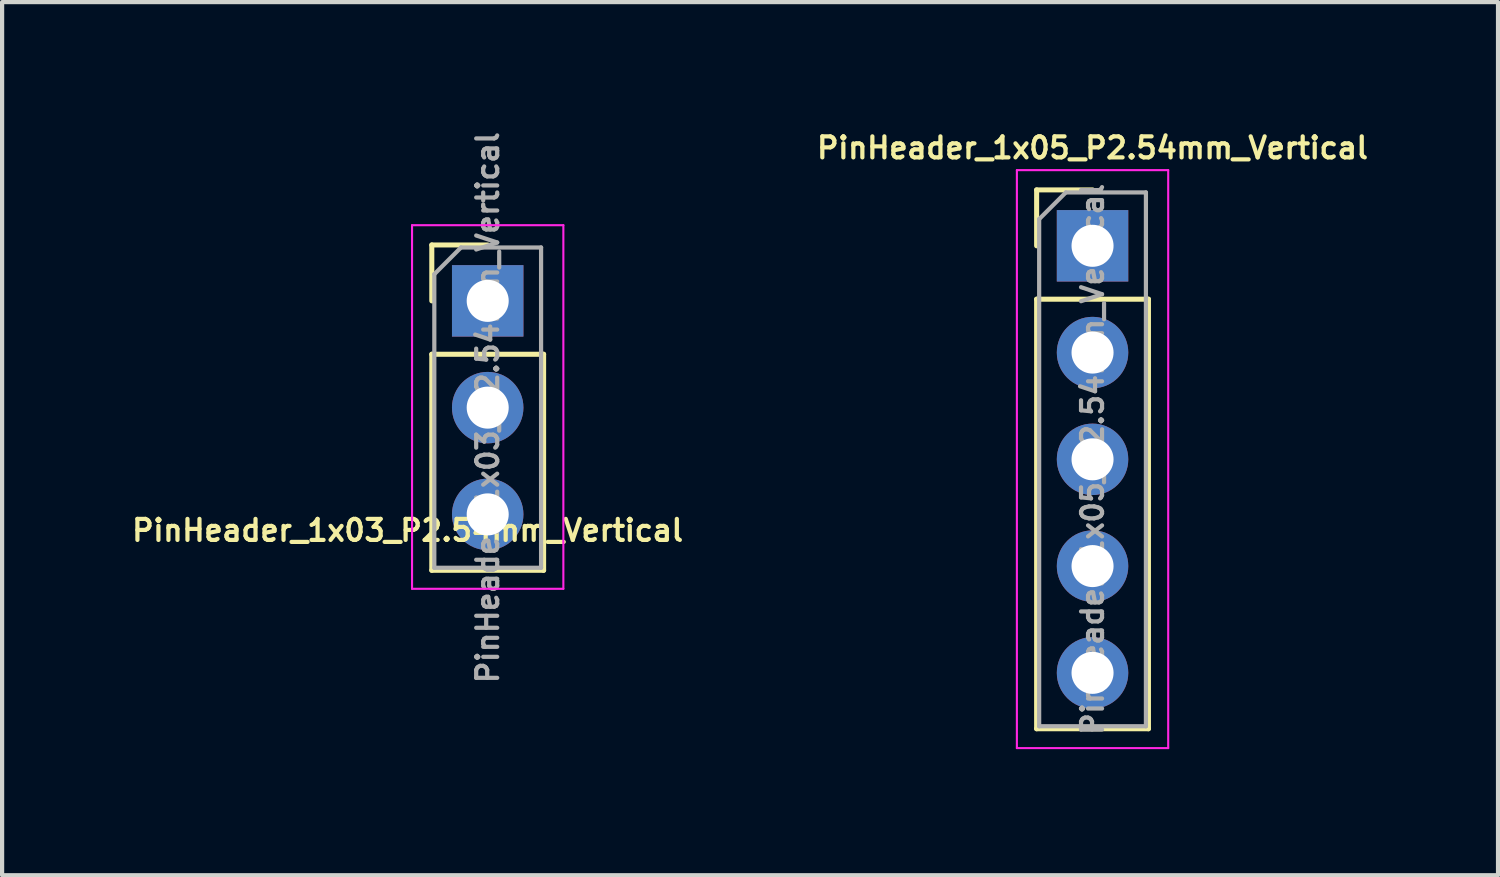
<source format=kicad_pcb>
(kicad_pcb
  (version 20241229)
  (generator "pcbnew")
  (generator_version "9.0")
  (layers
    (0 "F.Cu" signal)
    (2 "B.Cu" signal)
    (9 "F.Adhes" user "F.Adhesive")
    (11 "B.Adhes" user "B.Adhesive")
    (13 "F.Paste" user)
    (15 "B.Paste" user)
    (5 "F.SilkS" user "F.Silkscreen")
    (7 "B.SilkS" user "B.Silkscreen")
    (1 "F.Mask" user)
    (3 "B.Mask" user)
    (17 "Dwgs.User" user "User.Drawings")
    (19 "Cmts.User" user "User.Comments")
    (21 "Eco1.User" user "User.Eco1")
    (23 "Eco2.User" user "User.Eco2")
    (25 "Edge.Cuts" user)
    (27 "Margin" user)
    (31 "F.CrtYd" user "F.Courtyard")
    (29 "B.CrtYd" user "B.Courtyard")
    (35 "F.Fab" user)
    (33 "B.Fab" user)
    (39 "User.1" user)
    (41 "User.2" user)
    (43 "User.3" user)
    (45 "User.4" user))
  (footprint "PinHeader_1x05_P2.54mm_Vertical"
    (layer "F.Cu")
    (at 22.943 2.798)
    (property "Reference" "PinHeader_1x05_P2.54mm_Vertical" (at 0 -2.33 0) (layer "F.SilkS") (effects (font (size 0.5 0.5) (thickness 0.1))))
    (attr through_hole)
    (fp_line (start -1.33 -1.33) (end 0 -1.33) (stroke (width 0.12) (type solid)) (layer "F.SilkS"))
    (fp_line (start -1.33 0) (end -1.33 -1.33) (stroke (width 0.12) (type solid)) (layer "F.SilkS"))
    (fp_line (start -1.33 1.27) (end -1.33 11.49) (stroke (width 0.12) (type solid)) (layer "F.SilkS"))
    (fp_line (start -1.33 1.27) (end 1.33 1.27) (stroke (width 0.12) (type solid)) (layer "F.SilkS"))
    (fp_line (start -1.33 11.49) (end 1.33 11.49) (stroke (width 0.12) (type solid)) (layer "F.SilkS"))
    (fp_line (start 1.33 1.27) (end 1.33 11.49) (stroke (width 0.12) (type solid)) (layer "F.SilkS"))
    (fp_line (start -1.8 -1.8) (end -1.8 11.95) (stroke (width 0.05) (type solid)) (layer "F.CrtYd"))
    (fp_line (start -1.8 11.95) (end 1.8 11.95) (stroke (width 0.05) (type solid)) (layer "F.CrtYd"))
    (fp_line (start 1.8 -1.8) (end -1.8 -1.8) (stroke (width 0.05) (type solid)) (layer "F.CrtYd"))
    (fp_line (start 1.8 11.95) (end 1.8 -1.8) (stroke (width 0.05) (type solid)) (layer "F.CrtYd"))
    (fp_line (start -1.27 -0.635) (end -0.635 -1.27) (stroke (width 0.1) (type solid)) (layer "F.Fab"))
    (fp_line (start -1.27 11.43) (end -1.27 -0.635) (stroke (width 0.1) (type solid)) (layer "F.Fab"))
    (fp_line (start -0.635 -1.27) (end 1.27 -1.27) (stroke (width 0.1) (type solid)) (layer "F.Fab"))
    (fp_line (start 1.27 -1.27) (end 1.27 11.43) (stroke (width 0.1) (type solid)) (layer "F.Fab"))
    (fp_line (start 1.27 11.43) (end -1.27 11.43) (stroke (width 0.1) (type solid)) (layer "F.Fab"))
    (fp_text user "${REFERENCE}" (at 0 5.08 90) (layer "F.Fab") (effects (font (size 0.5 0.5) (thickness 0.1))))
    (pad "1" thru_hole rect (at 0 0) (size 1.7 1.7) (drill 1) (layers "*.Cu" "*.Mask"))
    (pad "2" thru_hole oval (at 0 2.54) (size 1.7 1.7) (drill 1) (layers "*.Cu" "*.Mask"))
    (pad "3" thru_hole oval (at 0 5.08) (size 1.7 1.7) (drill 1) (layers "*.Cu" "*.Mask"))
    (pad "4" thru_hole oval (at 0 7.62) (size 1.7 1.7) (drill 1) (layers "*.Cu" "*.Mask"))
    (pad "5" thru_hole oval (at 0 10.16) (size 1.7 1.7) (drill 1) (layers "*.Cu" "*.Mask")))
  (footprint "PinHeader_1x03_P2.54mm_Vertical"
    (layer "F.Cu")
    (at 8.553 4.108)
    (property "Reference" "PinHeader_1x03_P2.54mm_Vertical" (at -1.905 5.461 180) (layer "F.SilkS") (effects (font (size 0.5 0.5) (thickness 0.1))))
    (attr through_hole)
    (fp_line (start -1.33 -1.33) (end 0 -1.33) (stroke (width 0.12) (type solid)) (layer "F.SilkS"))
    (fp_line (start -1.33 0) (end -1.33 -1.33) (stroke (width 0.12) (type solid)) (layer "F.SilkS"))
    (fp_line (start -1.33 1.27) (end -1.33 6.41) (stroke (width 0.12) (type solid)) (layer "F.SilkS"))
    (fp_line (start -1.33 1.27) (end 1.33 1.27) (stroke (width 0.12) (type solid)) (layer "F.SilkS"))
    (fp_line (start -1.33 6.41) (end 1.33 6.41) (stroke (width 0.12) (type solid)) (layer "F.SilkS"))
    (fp_line (start 1.33 1.27) (end 1.33 6.41) (stroke (width 0.12) (type solid)) (layer "F.SilkS"))
    (fp_line (start -1.8 -1.8) (end -1.8 6.85) (stroke (width 0.05) (type solid)) (layer "F.CrtYd"))
    (fp_line (start -1.8 6.85) (end 1.8 6.85) (stroke (width 0.05) (type solid)) (layer "F.CrtYd"))
    (fp_line (start 1.8 -1.8) (end -1.8 -1.8) (stroke (width 0.05) (type solid)) (layer "F.CrtYd"))
    (fp_line (start 1.8 6.85) (end 1.8 -1.8) (stroke (width 0.05) (type solid)) (layer "F.CrtYd"))
    (fp_line (start -1.27 -0.635) (end -0.635 -1.27) (stroke (width 0.1) (type solid)) (layer "F.Fab"))
    (fp_line (start -1.27 6.35) (end -1.27 -0.635) (stroke (width 0.1) (type solid)) (layer "F.Fab"))
    (fp_line (start -0.635 -1.27) (end 1.27 -1.27) (stroke (width 0.1) (type solid)) (layer "F.Fab"))
    (fp_line (start 1.27 -1.27) (end 1.27 6.35) (stroke (width 0.1) (type solid)) (layer "F.Fab"))
    (fp_line (start 1.27 6.35) (end -1.27 6.35) (stroke (width 0.1) (type solid)) (layer "F.Fab"))
    (fp_text user "${REFERENCE}" (at 0 2.54 90) (layer "F.Fab") (effects (font (size 0.5 0.5) (thickness 0.1))))
    (pad "1" thru_hole rect (at 0 0) (size 1.7 1.7) (drill 1) (layers "*.Cu" "*.Mask"))
    (pad "2" thru_hole oval (at 0 2.54) (size 1.7 1.7) (drill 1) (layers "*.Cu" "*.Mask"))
    (pad "3" thru_hole oval (at 0 5.08) (size 1.7 1.7) (drill 1) (layers "*.Cu" "*.Mask")))
  (gr_rect
    (start -3 -3)
    (end 32.59 17.773)
    (stroke (width 0.1) (type default))
    (fill no)
    (layer "Edge.Cuts")))
</source>
